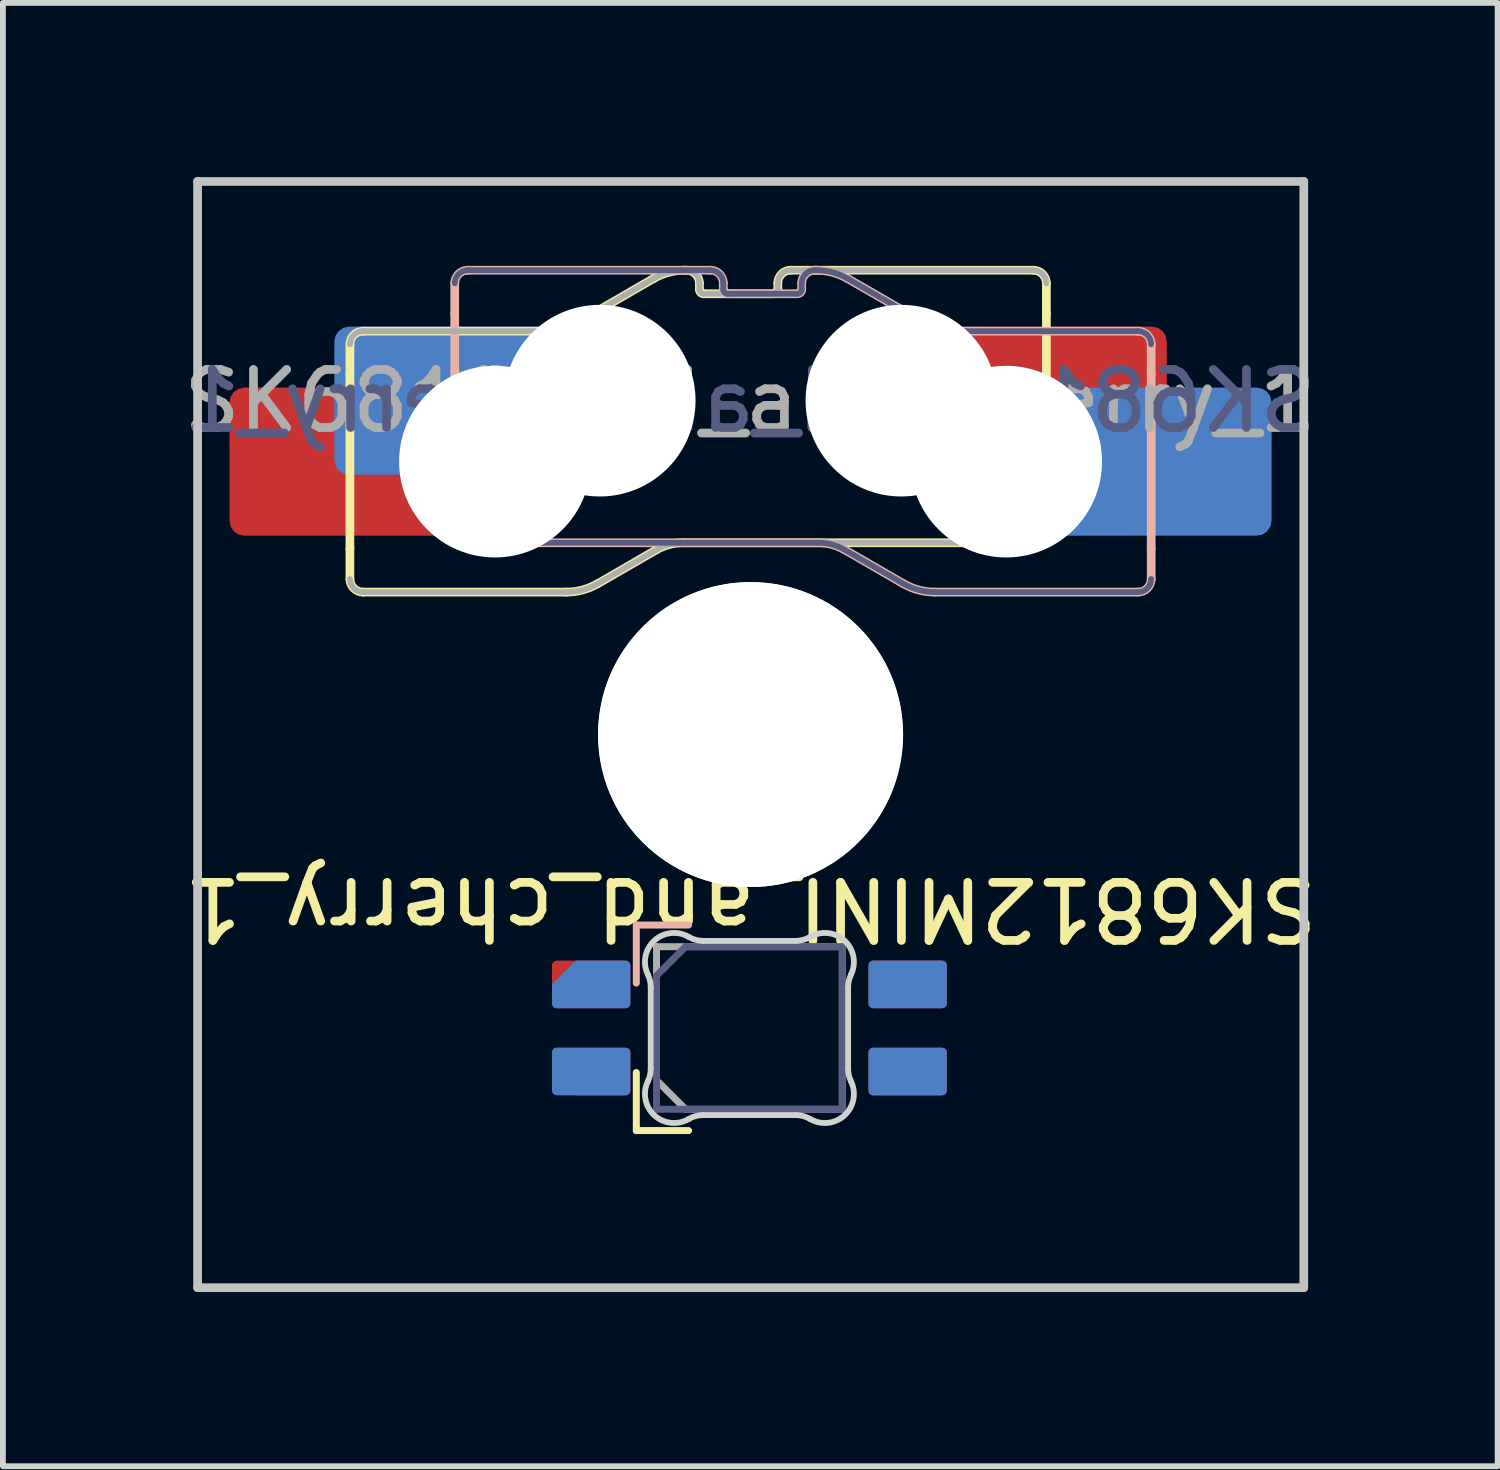
<source format=kicad_pcb>
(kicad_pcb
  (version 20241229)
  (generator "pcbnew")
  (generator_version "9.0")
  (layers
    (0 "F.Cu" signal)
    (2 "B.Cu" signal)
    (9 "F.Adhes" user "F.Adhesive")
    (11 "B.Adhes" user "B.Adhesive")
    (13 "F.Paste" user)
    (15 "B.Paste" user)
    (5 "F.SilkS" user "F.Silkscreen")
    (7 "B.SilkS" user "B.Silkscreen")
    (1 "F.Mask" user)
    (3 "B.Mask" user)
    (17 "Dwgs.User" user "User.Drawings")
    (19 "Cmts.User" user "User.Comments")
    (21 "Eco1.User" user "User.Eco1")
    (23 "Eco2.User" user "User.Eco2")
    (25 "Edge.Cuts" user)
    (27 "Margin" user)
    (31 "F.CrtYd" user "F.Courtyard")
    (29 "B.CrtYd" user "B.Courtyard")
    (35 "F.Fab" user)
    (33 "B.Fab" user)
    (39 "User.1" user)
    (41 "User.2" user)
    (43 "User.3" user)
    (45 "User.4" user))
  (footprint "SK6812MINI_and_cherry_1"
    (layer "F.Cu")
    (at 9.878 9.6)
    (property "Reference" "SK6812MINI_and_cherry_1" (at 0 3 180) (unlocked yes) (layer "F.SilkS") (effects (font (size 1 1) (thickness 0.15))))
    (attr through_hole)
    (fp_line (start -6.902 -6.722) (end -6.902 -6.2) (stroke (width 0.15) (type solid)) (layer "F.SilkS"))
    (fp_line (start -6.902 -3.2) (end -6.902 -6.2) (stroke (width 0.15) (type solid)) (layer "F.SilkS"))
    (fp_line (start -6.902 -2.678) (end -6.902 -3.2) (stroke (width 0.15) (type solid)) (layer "F.SilkS"))
    (fp_line (start -6.677 -6.947) (end -3.491 -6.947) (stroke (width 0.15) (type solid)) (layer "F.SilkS"))
    (fp_line (start -3.174 -2.453) (end -6.677 -2.453) (stroke (width 0.15) (type solid)) (layer "F.SilkS"))
    (fp_line (start -3.028 -7.07) (end -1.674 -7.853) (stroke (width 0.15) (type solid)) (layer "F.SilkS"))
    (fp_line (start -1.97 5.82) (end -1.97 6.82) (stroke (width 0.12) (type solid)) (layer "F.SilkS"))
    (fp_line (start -1.97 6.82) (end -1.07 6.82) (stroke (width 0.12) (type solid)) (layer "F.SilkS"))
    (fp_line (start -1.628 -3.18) (end -2.636 -2.597) (stroke (width 0.15) (type solid)) (layer "F.SilkS"))
    (fp_line (start -1.136 -7.997) (end -1.108 -7.997) (stroke (width 0.15) (type solid)) (layer "F.SilkS"))
    (fp_line (start -0.883 -7.772) (end -0.883 -7.666) (stroke (width 0.15) (type solid)) (layer "F.SilkS"))
    (fp_line (start -0.808 -7.591) (end 0.392 -7.591) (stroke (width 0.15) (type solid)) (layer "F.SilkS"))
    (fp_line (start 0.467 -7.666) (end 0.467 -7.772) (stroke (width 0.15) (type solid)) (layer "F.SilkS"))
    (fp_line (start 0.692 -7.997) (end 4.867 -7.997) (stroke (width 0.15) (type solid)) (layer "F.SilkS"))
    (fp_line (start 4.867 -3.303) (end -1.166 -3.303) (stroke (width 0.15) (type solid)) (layer "F.SilkS"))
    (fp_line (start 5.092 -7.772) (end 5.092 -7.25) (stroke (width 0.15) (type solid)) (layer "F.SilkS"))
    (fp_line (start 5.092 -7.25) (end 5.092 -4.25) (stroke (width 0.15) (type solid)) (layer "F.SilkS"))
    (fp_line (start 5.092 -3.528) (end 5.092 -4.25) (stroke (width 0.15) (type solid)) (layer "F.SilkS"))
    (fp_arc (start -6.901509 -6.721538) (mid -6.835605 -6.880605) (end -6.676538 -6.946509) (stroke (width 0.15) (type solid)) (layer "F.SilkS"))
    (fp_arc (start -6.676525 -2.453491) (mid -6.835601 -2.51939) (end -6.901509 -2.678462) (stroke (width 0.15) (type solid)) (layer "F.SilkS"))
    (fp_arc (start -3.028183 -7.070426) (mid -3.251257 -6.978023) (end -3.490647 -6.946509) (stroke (width 0.15) (type solid)) (layer "F.SilkS"))
    (fp_arc (start -2.63642 -2.597493) (mid -2.895649 -2.490109) (end -3.173841 -2.453491) (stroke (width 0.15) (type solid)) (layer "F.SilkS"))
    (fp_arc (start -1.67358 -7.852507) (mid -1.414348 -7.959882) (end -1.136159 -7.996509) (stroke (width 0.15) (type solid)) (layer "F.SilkS"))
    (fp_arc (start -1.628227 -3.179574) (mid -1.405151 -3.271972) (end -1.165763 -3.303491) (stroke (width 0.15) (type solid)) (layer "F.SilkS"))
    (fp_arc (start -1.108483 -7.996509) (mid -0.949383 -7.930609) (end -0.883483 -7.771509) (stroke (width 0.15) (type solid)) (layer "F.SilkS"))
    (fp_arc (start -0.808483 -7.591366) (mid -0.861532 -7.613317) (end -0.883483 -7.666366) (stroke (width 0.15) (type solid)) (layer "F.SilkS"))
    (fp_arc (start 0.466517 -7.772359) (mid 0.532421 -7.931461) (end 0.691525 -7.997359) (stroke (width 0.15) (type solid)) (layer "F.SilkS"))
    (fp_arc (start 0.466517 -7.666366) (mid 0.44455 -7.613333) (end 0.391517 -7.591366) (stroke (width 0.15) (type solid)) (layer "F.SilkS"))
    (fp_arc (start 4.866547 -7.996509) (mid 5.025611 -7.930605) (end 5.091509 -7.771538) (stroke (width 0.15) (type solid)) (layer "F.SilkS"))
    (fp_arc (start 5.091509 -3.528462) (mid 5.025608 -3.369392) (end 4.866538 -3.303491) (stroke (width 0.15) (type solid)) (layer "F.SilkS"))
    (fp_line (start -5.097 -7.25) (end -5.097 -7.772) (stroke (width 0.15) (type solid)) (layer "B.SilkS"))
    (fp_line (start -5.097 -3.528) (end -5.097 -7.25) (stroke (width 0.15) (type solid)) (layer "B.SilkS"))
    (fp_line (start -4.872 -7.997) (end -0.697 -7.997) (stroke (width 0.15) (type solid)) (layer "B.SilkS"))
    (fp_line (start -1.97 3.28) (end -1.07 3.28) (stroke (width 0.12) (type solid)) (layer "B.SilkS"))
    (fp_line (start -1.97 4.28) (end -1.97 3.28) (stroke (width 0.12) (type solid)) (layer "B.SilkS"))
    (fp_line (start -0.472 -7.772) (end -0.472 -7.666) (stroke (width 0.15) (type solid)) (layer "B.SilkS"))
    (fp_line (start -0.397 -7.591) (end 0.803 -7.591) (stroke (width 0.15) (type solid)) (layer "B.SilkS"))
    (fp_line (start 0.878 -7.666) (end 0.878 -7.772) (stroke (width 0.15) (type solid)) (layer "B.SilkS"))
    (fp_line (start 1.103 -7.997) (end 1.131 -7.997) (stroke (width 0.15) (type solid)) (layer "B.SilkS"))
    (fp_line (start 1.161 -3.303) (end -4.872 -3.303) (stroke (width 0.15) (type solid)) (layer "B.SilkS"))
    (fp_line (start 1.669 -7.853) (end 3.023 -7.07) (stroke (width 0.15) (type solid)) (layer "B.SilkS"))
    (fp_line (start 2.631 -2.597) (end 1.623 -3.18) (stroke (width 0.15) (type solid)) (layer "B.SilkS"))
    (fp_line (start 3.486 -6.947) (end 6.672 -6.947) (stroke (width 0.15) (type solid)) (layer "B.SilkS"))
    (fp_line (start 6.672 -2.453) (end 3.169 -2.453) (stroke (width 0.15) (type solid)) (layer "B.SilkS"))
    (fp_line (start 6.897 -6.2) (end 6.897 -6.722) (stroke (width 0.15) (type solid)) (layer "B.SilkS"))
    (fp_line (start 6.897 -6.2) (end 6.897 -3.2) (stroke (width 0.15) (type solid)) (layer "B.SilkS"))
    (fp_line (start 6.897 -3.2) (end 6.897 -2.678) (stroke (width 0.15) (type solid)) (layer "B.SilkS"))
    (fp_arc (start -5.096509 -7.771538) (mid -5.030609 -7.930602) (end -4.871547 -7.996509) (stroke (width 0.15) (type solid)) (layer "B.SilkS"))
    (fp_arc (start -4.871538 -3.303491) (mid -5.030605 -3.369395) (end -5.096509 -3.528462) (stroke (width 0.15) (type solid)) (layer "B.SilkS"))
    (fp_arc (start -0.696525 -7.997359) (mid -0.537424 -7.931464) (end -0.471517 -7.772359) (stroke (width 0.15) (type solid)) (layer "B.SilkS"))
    (fp_arc (start -0.396517 -7.591366) (mid -0.449551 -7.613337) (end -0.471517 -7.666366) (stroke (width 0.15) (type solid)) (layer "B.SilkS"))
    (fp_arc (start 0.878483 -7.771509) (mid 0.944386 -7.930608) (end 1.103483 -7.996509) (stroke (width 0.15) (type solid)) (layer "B.SilkS"))
    (fp_arc (start 0.878483 -7.666366) (mid 0.856538 -7.613296) (end 0.803483 -7.591366) (stroke (width 0.15) (type solid)) (layer "B.SilkS"))
    (fp_arc (start 1.131159 -7.996509) (mid 1.409344 -7.959872) (end 1.66858 -7.852507) (stroke (width 0.15) (type solid)) (layer "B.SilkS"))
    (fp_arc (start 1.160763 -3.303491) (mid 1.400147 -3.271962) (end 1.623227 -3.179574) (stroke (width 0.15) (type solid)) (layer "B.SilkS"))
    (fp_arc (start 3.168841 -2.453491) (mid 2.890651 -2.490113) (end 2.63142 -2.597493) (stroke (width 0.15) (type solid)) (layer "B.SilkS"))
    (fp_arc (start 3.485647 -6.946509) (mid 3.246254 -6.978015) (end 3.023183 -7.070426) (stroke (width 0.15) (type solid)) (layer "B.SilkS"))
    (fp_arc (start 6.671538 -6.946509) (mid 6.830605 -6.880605) (end 6.896509 -6.721538) (stroke (width 0.15) (type solid)) (layer "B.SilkS"))
    (fp_arc (start 6.896509 -2.678462) (mid 6.830601 -2.51939) (end 6.671525 -2.453491) (stroke (width 0.15) (type solid)) (layer "B.SilkS"))
    (fp_line (start -9.525 -9.525) (end 9.525 -9.525) (stroke (width 0.15) (type solid)) (layer "Dwgs.User"))
    (fp_line (start -9.525 9.525) (end -9.525 -9.525) (stroke (width 0.15) (type solid)) (layer "Dwgs.User"))
    (fp_line (start 9.525 -9.525) (end 9.525 9.525) (stroke (width 0.15) (type solid)) (layer "Dwgs.User"))
    (fp_line (start 9.525 9.525) (end -9.525 9.525) (stroke (width 0.15) (type solid)) (layer "Dwgs.User"))
    (fp_line (start -7.005 6.5) (end -7.005 -6.5) (stroke (width 0.1) (type default)) (layer "Eco2.User"))
    (fp_line (start -7 6.5) (end -7 -6.5) (stroke (width 0.1) (type default)) (layer "Eco2.User"))
    (fp_line (start -6.505 -7) (end 6.495 -7) (stroke (width 0.1) (type default)) (layer "Eco2.User"))
    (fp_line (start -6.5 -7) (end 6.5 -7) (stroke (width 0.1) (type default)) (layer "Eco2.User"))
    (fp_line (start 6.495 7) (end -6.505 7) (stroke (width 0.1) (type default)) (layer "Eco2.User"))
    (fp_line (start 6.5 7) (end -6.5 7) (stroke (width 0.1) (type default)) (layer "Eco2.User"))
    (fp_line (start 6.995 -6.5) (end 6.995 6.5) (stroke (width 0.1) (type default)) (layer "Eco2.User"))
    (fp_line (start 7 -6.5) (end 7 6.5) (stroke (width 0.1) (type default)) (layer "Eco2.User"))
    (fp_arc (start -7.005 -6.5) (mid -6.858553 -6.853553) (end -6.505 -7) (stroke (width 0.1) (type default)) (layer "Eco2.User"))
    (fp_arc (start -7 -6.5) (mid -6.853553 -6.853553) (end -6.5 -7) (stroke (width 0.1) (type default)) (layer "Eco2.User"))
    (fp_arc (start -6.505 7) (mid -6.858553 6.853553) (end -7.005 6.5) (stroke (width 0.1) (type default)) (layer "Eco2.User"))
    (fp_arc (start -6.5 7) (mid -6.853553 6.853553) (end -7 6.5) (stroke (width 0.1) (type default)) (layer "Eco2.User"))
    (fp_arc (start 6.495 -7) (mid 6.848553 -6.853553) (end 6.995 -6.5) (stroke (width 0.1) (type default)) (layer "Eco2.User"))
    (fp_arc (start 6.5 -7) (mid 6.853553 -6.853553) (end 7 -6.5) (stroke (width 0.1) (type default)) (layer "Eco2.User"))
    (fp_arc (start 6.995 6.5) (mid 6.848553 6.853553) (end 6.495 7) (stroke (width 0.1) (type default)) (layer "Eco2.User"))
    (fp_arc (start 7 6.5) (mid 6.853553 6.853553) (end 6.5 7) (stroke (width 0.1) (type default)) (layer "Eco2.User"))
    (fp_line (start -1.722 5.756) (end -1.722 4.35) (stroke (width 0.1) (type solid)) (layer "Edge.Cuts"))
    (fp_line (start 0.773 3.553) (end -0.816 3.553) (stroke (width 0.1) (type solid)) (layer "Edge.Cuts"))
    (fp_line (start 0.773 6.553) (end -0.816 6.553) (stroke (width 0.1) (type solid)) (layer "Edge.Cuts"))
    (fp_line (start 1.678 5.756) (end 1.678 4.35) (stroke (width 0.1) (type solid)) (layer "Edge.Cuts"))
    (fp_arc (start -1.77141 4.133123) (mid -1.734454 4.238775) (end -1.721925 4.350001) (stroke (width 0.1) (type solid)) (layer "Edge.Cuts"))
    (fp_arc (start -1.77141 4.133124) (mid -1.66 3.548806) (end -1.068637 3.484544) (stroke (width 0.1) (type solid)) (layer "Edge.Cuts"))
    (fp_arc (start -1.721925 5.755686) (mid -1.734454 5.866911) (end -1.77141 5.972563) (stroke (width 0.1) (type solid)) (layer "Edge.Cuts"))
    (fp_arc (start -1.068637 6.621142) (mid -1.659997 6.556877) (end -1.77141 5.972562) (stroke (width 0.1) (type solid)) (layer "Edge.Cuts"))
    (fp_arc (start -1.068637 6.621142) (mid -0.947049 6.570219) (end -0.816378 6.552843) (stroke (width 0.1) (type solid)) (layer "Edge.Cuts"))
    (fp_arc (start -0.816378 3.552843) (mid -0.947049 3.535466) (end -1.068637 3.484544) (stroke (width 0.1) (type solid)) (layer "Edge.Cuts"))
    (fp_arc (start 0.772527 6.552843) (mid 0.903197 6.57022) (end 1.024785 6.621142) (stroke (width 0.1) (type solid)) (layer "Edge.Cuts"))
    (fp_arc (start 1.024785 3.484544) (mid 0.903197 3.535465) (end 0.772527 3.552843) (stroke (width 0.1) (type solid)) (layer "Edge.Cuts"))
    (fp_arc (start 1.024785 3.484546) (mid 1.616148 3.548809) (end 1.727558 4.133123) (stroke (width 0.1) (type solid)) (layer "Edge.Cuts"))
    (fp_arc (start 1.678073 4.350001) (mid 1.690601 4.238775) (end 1.727558 4.133123) (stroke (width 0.1) (type solid)) (layer "Edge.Cuts"))
    (fp_arc (start 1.727558 5.972563) (mid 1.616145 6.556875) (end 1.024785 6.621142) (stroke (width 0.1) (type solid)) (layer "Edge.Cuts"))
    (fp_arc (start 1.727558 5.972563) (mid 1.690589 5.866914) (end 1.678073 5.755686) (stroke (width 0.1) (type solid)) (layer "Edge.Cuts"))
    (fp_line (start -4.872 -7.997) (end -0.697 -7.997) (stroke (width 0.1) (type solid)) (layer "B.Fab"))
    (fp_line (start -1.622 4.153) (end -1.622 6.453) (stroke (width 0.12) (type solid)) (layer "B.Fab"))
    (fp_line (start -1.622 4.153) (end -1.122 3.653) (stroke (width 0.12) (type solid)) (layer "B.Fab"))
    (fp_line (start -1.622 6.453) (end 1.578 6.453) (stroke (width 0.12) (type solid)) (layer "B.Fab"))
    (fp_line (start -0.472 -7.772) (end -0.472 -7.666) (stroke (width 0.1) (type solid)) (layer "B.Fab"))
    (fp_line (start -0.397 -7.591) (end 0.803 -7.591) (stroke (width 0.1) (type solid)) (layer "B.Fab"))
    (fp_line (start 0.878 -7.666) (end 0.878 -7.772) (stroke (width 0.1) (type solid)) (layer "B.Fab"))
    (fp_line (start 1.103 -7.997) (end 1.131 -7.997) (stroke (width 0.1) (type solid)) (layer "B.Fab"))
    (fp_line (start 1.161 -3.303) (end -4.872 -3.303) (stroke (width 0.1) (type solid)) (layer "B.Fab"))
    (fp_line (start 1.578 3.653) (end -1.122 3.653) (stroke (width 0.12) (type solid)) (layer "B.Fab"))
    (fp_line (start 1.578 6.453) (end 1.578 3.653) (stroke (width 0.12) (type solid)) (layer "B.Fab"))
    (fp_line (start 1.669 -7.853) (end 3.023 -7.07) (stroke (width 0.1) (type solid)) (layer "B.Fab"))
    (fp_line (start 2.631 -2.597) (end 1.623 -3.18) (stroke (width 0.1) (type solid)) (layer "B.Fab"))
    (fp_line (start 3.486 -6.947) (end 6.672 -6.947) (stroke (width 0.1) (type solid)) (layer "B.Fab"))
    (fp_line (start 6.672 -2.453) (end 3.169 -2.453) (stroke (width 0.1) (type solid)) (layer "B.Fab"))
    (fp_arc (start -5.096509 -7.771538) (mid -5.030609 -7.930602) (end -4.871547 -7.996509) (stroke (width 0.1) (type solid)) (layer "B.Fab"))
    (fp_arc (start -4.871538 -3.303491) (mid -5.030605 -3.369395) (end -5.096509 -3.528462) (stroke (width 0.1) (type solid)) (layer "B.Fab"))
    (fp_arc (start -0.696525 -7.997359) (mid -0.537424 -7.931464) (end -0.471517 -7.772359) (stroke (width 0.1) (type solid)) (layer "B.Fab"))
    (fp_arc (start -0.396517 -7.591366) (mid -0.449551 -7.613337) (end -0.471517 -7.666366) (stroke (width 0.1) (type solid)) (layer "B.Fab"))
    (fp_arc (start 0.878483 -7.771509) (mid 0.944386 -7.930608) (end 1.103483 -7.996509) (stroke (width 0.1) (type solid)) (layer "B.Fab"))
    (fp_arc (start 0.878483 -7.666366) (mid 0.856538 -7.613296) (end 0.803483 -7.591366) (stroke (width 0.1) (type solid)) (layer "B.Fab"))
    (fp_arc (start 1.131159 -7.996509) (mid 1.409344 -7.959872) (end 1.66858 -7.852507) (stroke (width 0.1) (type solid)) (layer "B.Fab"))
    (fp_arc (start 1.160763 -3.303491) (mid 1.400147 -3.271962) (end 1.623227 -3.179574) (stroke (width 0.1) (type solid)) (layer "B.Fab"))
    (fp_arc (start 3.168841 -2.453491) (mid 2.890651 -2.490113) (end 2.63142 -2.597493) (stroke (width 0.1) (type solid)) (layer "B.Fab"))
    (fp_arc (start 3.485647 -6.946509) (mid 3.246254 -6.978015) (end 3.023183 -7.070426) (stroke (width 0.1) (type solid)) (layer "B.Fab"))
    (fp_arc (start 6.671538 -6.946509) (mid 6.830605 -6.880605) (end 6.896509 -6.721538) (stroke (width 0.1) (type solid)) (layer "B.Fab"))
    (fp_arc (start 6.896509 -2.678462) (mid 6.830601 -2.51939) (end 6.671525 -2.453491) (stroke (width 0.1) (type solid)) (layer "B.Fab"))
    (fp_line (start -6.677 -6.947) (end -3.491 -6.947) (stroke (width 0.1) (type solid)) (layer "F.Fab"))
    (fp_line (start -3.174 -2.453) (end -6.677 -2.453) (stroke (width 0.1) (type solid)) (layer "F.Fab"))
    (fp_line (start -3.028 -7.07) (end -1.674 -7.853) (stroke (width 0.1) (type solid)) (layer "F.Fab"))
    (fp_line (start -1.628 -3.18) (end -2.636 -2.597) (stroke (width 0.1) (type solid)) (layer "F.Fab"))
    (fp_line (start -1.622 3.653) (end 1.578 3.653) (stroke (width 0.12) (type solid)) (layer "F.Fab"))
    (fp_line (start -1.622 5.953) (end -1.622 3.653) (stroke (width 0.12) (type solid)) (layer "F.Fab"))
    (fp_line (start -1.622 5.953) (end -1.122 6.453) (stroke (width 0.12) (type solid)) (layer "F.Fab"))
    (fp_line (start -1.136 -7.997) (end -1.108 -7.997) (stroke (width 0.1) (type solid)) (layer "F.Fab"))
    (fp_line (start -0.883 -7.772) (end -0.883 -7.666) (stroke (width 0.1) (type solid)) (layer "F.Fab"))
    (fp_line (start -0.808 -7.591) (end 0.392 -7.591) (stroke (width 0.1) (type solid)) (layer "F.Fab"))
    (fp_line (start 0.467 -7.666) (end 0.467 -7.772) (stroke (width 0.1) (type solid)) (layer "F.Fab"))
    (fp_line (start 0.692 -7.997) (end 4.867 -7.997) (stroke (width 0.1) (type solid)) (layer "F.Fab"))
    (fp_line (start 1.578 3.653) (end 1.578 6.453) (stroke (width 0.12) (type solid)) (layer "F.Fab"))
    (fp_line (start 1.578 6.453) (end -1.122 6.453) (stroke (width 0.12) (type solid)) (layer "F.Fab"))
    (fp_line (start 4.867 -3.303) (end -1.166 -3.303) (stroke (width 0.1) (type solid)) (layer "F.Fab"))
    (fp_arc (start -6.901509 -6.721538) (mid -6.835605 -6.880605) (end -6.676538 -6.946509) (stroke (width 0.1) (type solid)) (layer "F.Fab"))
    (fp_arc (start -6.676525 -2.453491) (mid -6.835601 -2.51939) (end -6.901509 -2.678462) (stroke (width 0.1) (type solid)) (layer "F.Fab"))
    (fp_arc (start -3.028183 -7.070426) (mid -3.251257 -6.978023) (end -3.490647 -6.946509) (stroke (width 0.1) (type solid)) (layer "F.Fab"))
    (fp_arc (start -2.63642 -2.597493) (mid -2.895649 -2.490109) (end -3.173841 -2.453491) (stroke (width 0.1) (type solid)) (layer "F.Fab"))
    (fp_arc (start -1.67358 -7.852507) (mid -1.414348 -7.959882) (end -1.136159 -7.996509) (stroke (width 0.1) (type solid)) (layer "F.Fab"))
    (fp_arc (start -1.628227 -3.179574) (mid -1.405151 -3.271972) (end -1.165763 -3.303491) (stroke (width 0.1) (type solid)) (layer "F.Fab"))
    (fp_arc (start -1.108483 -7.996509) (mid -0.949383 -7.930609) (end -0.883483 -7.771509) (stroke (width 0.1) (type solid)) (layer "F.Fab"))
    (fp_arc (start -0.808483 -7.591366) (mid -0.861532 -7.613317) (end -0.883483 -7.666366) (stroke (width 0.1) (type solid)) (layer "F.Fab"))
    (fp_arc (start 0.466517 -7.772359) (mid 0.532421 -7.931461) (end 0.691525 -7.997359) (stroke (width 0.1) (type solid)) (layer "F.Fab"))
    (fp_arc (start 0.466517 -7.666366) (mid 0.44455 -7.613333) (end 0.391517 -7.591366) (stroke (width 0.1) (type solid)) (layer "F.Fab"))
    (fp_arc (start 4.866547 -7.996509) (mid 5.025611 -7.930605) (end 5.091509 -7.771538) (stroke (width 0.1) (type solid)) (layer "F.Fab"))
    (fp_arc (start 5.091509 -3.528462) (mid 5.025608 -3.369392) (end 4.866538 -3.303491) (stroke (width 0.1) (type solid)) (layer "F.Fab"))
    (fp_text user "${REFERENCE}" (at -0.01 -5.743 180) (layer "B.Fab") (effects (font (size 1 1) (thickness 0.15)) (justify mirror)))
    (fp_text user "${REFERENCE}" (at -0.015 -5.743 180) (layer "F.Fab") (effects (font (size 1 1) (thickness 0.15))))
    (pad "" np_thru_hole circle (at -4.405 -4.7 180) (size 3.3 3.3) (drill 3.3) (layers "*.Cu" "*.Mask"))
    (pad "" np_thru_hole circle (at -2.6 -5.75 180) (size 3.3 3.3) (drill 3.3) (layers "*.Cu" "*.Mask"))
    (pad "" np_thru_hole circle (at -0.005 0) (size 5.25 5.25) (drill 5.25) (layers "*.Cu" "*.Mask"))
    (pad "" np_thru_hole circle (at 0 0) (size 5.25 5.25) (drill 5.25) (layers "*.Cu" "*.Mask"))
    (pad "" np_thru_hole circle (at 2.595 -5.75 180) (size 3.3 3.3) (drill 3.3) (layers "*.Cu" "*.Mask"))
    (pad "" np_thru_hole circle (at 4.4 -4.7 180) (size 3.3 3.3) (drill 3.3) (layers "*.Cu" "*.Mask"))
    (pad "1" smd roundrect (at 2.703 4.303 90) (size 0.82 1.35) (layers "B.Cu" "B.Mask" "B.Paste") (roundrect_rratio 0.1))
    (pad "1" smd roundrect (at 2.703 5.803 90) (size 0.82 1.35) (layers "F.Cu" "F.Mask" "F.Paste") (roundrect_rratio 0.1))
    (pad "2" smd roundrect (at -2.747 4.303 90) (size 0.82 1.35) (layers "B.Cu" "B.Mask" "B.Paste") (roundrect_rratio 0.1) (chamfer_ratio 0.5) (chamfer top_right))
    (pad "2" smd roundrect (at -2.747 5.803 90) (size 0.82 1.35) (layers "F.Cu" "F.Mask" "F.Paste") (roundrect_rratio 0.1) (chamfer_ratio 0.5) (chamfer top_left))
    (pad "3" smd roundrect (at -2.747 4.303 90) (size 0.82 1.35) (layers "F.Cu" "F.Mask" "F.Paste") (roundrect_rratio 0.1))
    (pad "3" smd roundrect (at -2.747 5.803 90) (size 0.82 1.35) (layers "B.Cu" "B.Mask" "B.Paste") (roundrect_rratio 0.1))
    (pad "4" smd roundrect (at 2.703 4.303 90) (size 0.82 1.35) (layers "F.Cu" "F.Mask" "F.Paste") (roundrect_rratio 0.1))
    (pad "4" smd roundrect (at 2.703 5.803 90) (size 0.82 1.35) (layers "B.Cu" "B.Mask" "B.Paste") (roundrect_rratio 0.1))
    (pad "5" smd roundrect (at -5.845 -5.75 180) (size 2.65 2.55) (layers "B.Cu" "B.Mask" "B.Paste") (roundrect_rratio 0.1))
    (pad "5" smd rect (at -4.15 -5.75) (size 1.2 2.55) (layers "B.Cu" "B.Mask" "B.Paste"))
    (pad "5" smd rect (at 4.145 -5.75) (size 1.2 2.55) (layers "F.Cu" "F.Mask" "F.Paste"))
    (pad "5" smd roundrect (at 5.84 -5.75 180) (size 2.65 2.55) (layers "F.Cu" "F.Mask" "F.Paste") (roundrect_rratio 0.1))
    (pad "6" smd roundrect (at -7.65 -4.7 180) (size 2.65 2.55) (layers "F.Cu" "F.Mask" "F.Paste") (roundrect_rratio 0.1))
    (pad "6" smd rect (at -5.955 -4.7 180) (size 1.2 2.55) (layers "F.Cu" "F.Mask" "F.Paste"))
    (pad "6" smd rect (at 5.95 -4.7 180) (size 1.2 2.55) (layers "B.Cu" "B.Mask" "B.Paste"))
    (pad "6" smd roundrect (at 7.645 -4.7 180) (size 2.65 2.55) (layers "B.Cu" "B.Mask" "B.Paste") (roundrect_rratio 0.1))
    (zone (net_name "") (layers "F.Cu" "B.Cu") (name "CUTOUT") (hatch edge 0.5) (connect_pads) (min_thickness 0.25) (filled_areas_thickness no) (keepout (tracks not_allowed) (vias not_allowed) (pads not_allowed) (copperpour not_allowed) (footprints allowed)) (placement (enabled no)) (fill) (polygon (pts (xy 7.978 12.95) (xy 7.987 16.349) (xy 11.878 16.35) (xy 11.897 12.959) (xy 8.898 12.95)))))
  (gr_rect
    (start -3 -3)
    (end 22.741 22.2)
    (stroke (width 0.1) (type default))
    (fill no)
    (layer "Edge.Cuts")))
</source>
